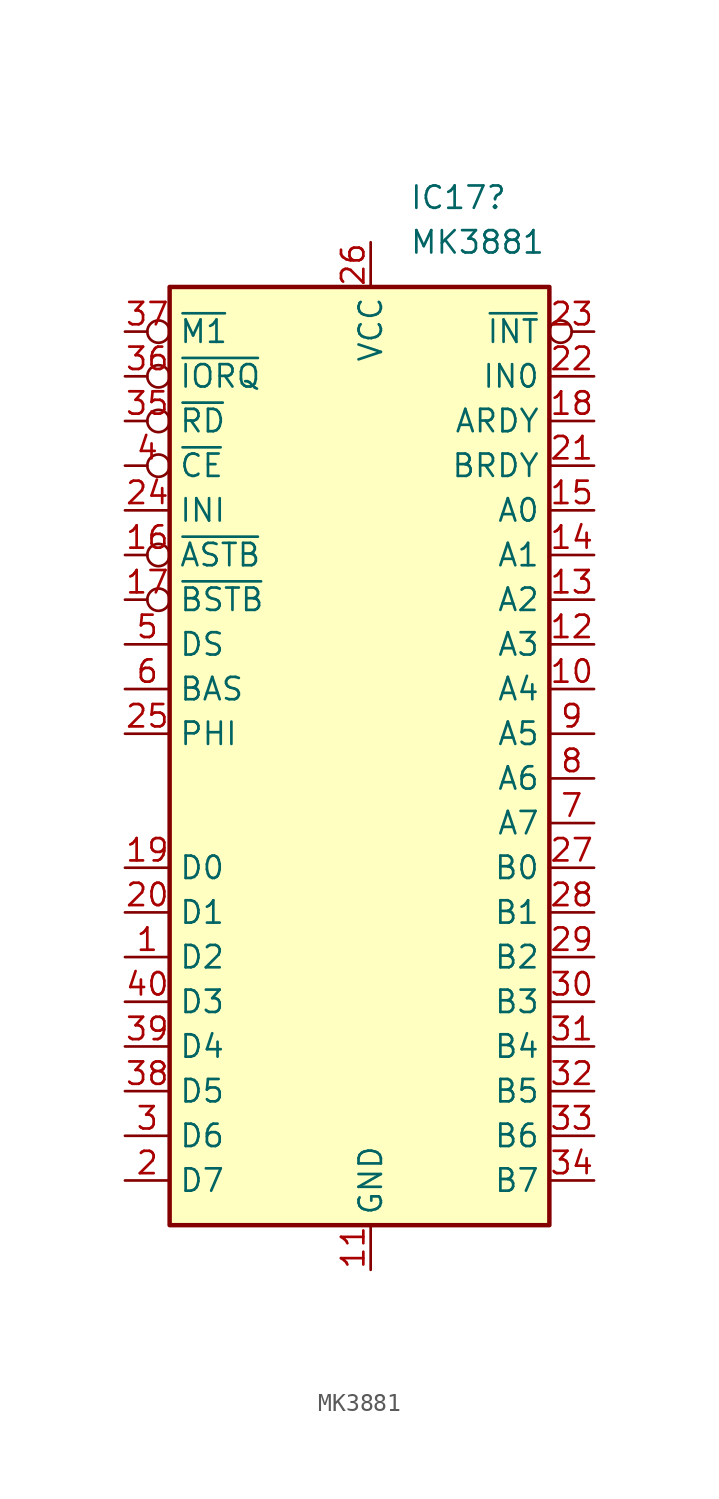
<source format=kicad_sym>
(kicad_symbol_lib
  (version 20231120)
  (generator "kicad_symbol_editor")
  (generator_version "8.0")
  (symbol "MK3881"
    (property "Reference" "IC17"
      (at 7.274 0 0)
      (effects (font (size 1.27 1.27)) (justify left)))
    (property "Value" "MK3881"
      (at 7.274 -2.54 0)
      (effects (font (size 1.27 1.27)) (justify left)))
    (symbol "MK3881_1_0"
      (pin input line (at -8.89 -43.18 0) (length 2.54) (name "D2" (effects (font (size 1.27 1.27)))) (number "1" (effects (font (size 1.27 1.27)))))
      (pin output line (at 17.78 -27.94 180) (length 2.54) (name "A4" (effects (font (size 1.27 1.27)))) (number "10" (effects (font (size 1.27 1.27)))))
      (pin power_out line (at 5.08 -60.96 90) (length 2.54) (name "GND" (effects (font (size 1.27 1.27)))) (number "11" (effects (font (size 1.27 1.27)))))
      (pin output line (at 17.78 -25.4 180) (length 2.54) (name "A3" (effects (font (size 1.27 1.27)))) (number "12" (effects (font (size 1.27 1.27)))))
      (pin output line (at 17.78 -22.86 180) (length 2.54) (name "A2" (effects (font (size 1.27 1.27)))) (number "13" (effects (font (size 1.27 1.27)))))
      (pin output line (at 17.78 -20.32 180) (length 2.54) (name "A1" (effects (font (size 1.27 1.27)))) (number "14" (effects (font (size 1.27 1.27)))))
      (pin output line (at 17.78 -17.78 180) (length 2.54) (name "A0" (effects (font (size 1.27 1.27)))) (number "15" (effects (font (size 1.27 1.27)))))
      (pin input inverted (at -8.89 -20.32 0) (length 2.54) (name "~{ASTB}" (effects (font (size 1.27 1.27)))) (number "16" (effects (font (size 1.27 1.27)))))
      (pin input inverted (at -8.89 -22.86 0) (length 2.54) (name "~{BSTB}" (effects (font (size 1.27 1.27)))) (number "17" (effects (font (size 1.27 1.27)))))
      (pin output line (at 17.78 -12.7 180) (length 2.54) (name "ARDY" (effects (font (size 1.27 1.27)))) (number "18" (effects (font (size 1.27 1.27)))))
      (pin input line (at -8.89 -38.1 0) (length 2.54) (name "D0" (effects (font (size 1.27 1.27)))) (number "19" (effects (font (size 1.27 1.27)))))
      (pin input line (at -8.89 -55.88 0) (length 2.54) (name "D7" (effects (font (size 1.27 1.27)))) (number "2" (effects (font (size 1.27 1.27)))))
      (pin input line (at -8.89 -40.64 0) (length 2.54) (name "D1" (effects (font (size 1.27 1.27)))) (number "20" (effects (font (size 1.27 1.27)))))
      (pin output line (at 17.78 -15.24 180) (length 2.54) (name "BRDY" (effects (font (size 1.27 1.27)))) (number "21" (effects (font (size 1.27 1.27)))))
      (pin output line (at 17.78 -10.16 180) (length 2.54) (name "IN0" (effects (font (size 1.27 1.27)))) (number "22" (effects (font (size 1.27 1.27)))) (alternate "IEO" output line))
      (pin output inverted (at 17.78 -7.62 180) (length 2.54) (name "~{INT}" (effects (font (size 1.27 1.27)))) (number "23" (effects (font (size 1.27 1.27)))))
      (pin input line (at -8.89 -17.78 0) (length 2.54) (name "INI" (effects (font (size 1.27 1.27)))) (number "24" (effects (font (size 1.27 1.27)))))
      (pin input line (at -8.89 -30.48 0) (length 2.54) (name "PHI" (effects (font (size 1.27 1.27)))) (number "25" (effects (font (size 1.27 1.27)))))
      (pin power_in line (at 5.08 -2.54 270) (length 2.54) (name "VCC" (effects (font (size 1.27 1.27)))) (number "26" (effects (font (size 1.27 1.27)))))
      (pin output line (at 17.78 -38.1 180) (length 2.54) (name "B0" (effects (font (size 1.27 1.27)))) (number "27" (effects (font (size 1.27 1.27)))))
      (pin output line (at 17.78 -40.64 180) (length 2.54) (name "B1" (effects (font (size 1.27 1.27)))) (number "28" (effects (font (size 1.27 1.27)))))
      (pin output line (at 17.78 -43.18 180) (length 2.54) (name "B2" (effects (font (size 1.27 1.27)))) (number "29" (effects (font (size 1.27 1.27)))))
      (pin input line (at -8.89 -53.34 0) (length 2.54) (name "D6" (effects (font (size 1.27 1.27)))) (number "3" (effects (font (size 1.27 1.27)))))
      (pin output line (at 17.78 -45.72 180) (length 2.54) (name "B3" (effects (font (size 1.27 1.27)))) (number "30" (effects (font (size 1.27 1.27)))))
      (pin output line (at 17.78 -48.26 180) (length 2.54) (name "B4" (effects (font (size 1.27 1.27)))) (number "31" (effects (font (size 1.27 1.27)))))
      (pin output line (at 17.78 -50.8 180) (length 2.54) (name "B5" (effects (font (size 1.27 1.27)))) (number "32" (effects (font (size 1.27 1.27)))))
      (pin output line (at 17.78 -53.34 180) (length 2.54) (name "B6" (effects (font (size 1.27 1.27)))) (number "33" (effects (font (size 1.27 1.27)))))
      (pin output line (at 17.78 -55.88 180) (length 2.54) (name "B7" (effects (font (size 1.27 1.27)))) (number "34" (effects (font (size 1.27 1.27)))))
      (pin input inverted (at -8.89 -12.7 0) (length 2.54) (name "~{RD}" (effects (font (size 1.27 1.27)))) (number "35" (effects (font (size 1.27 1.27)))))
      (pin input inverted (at -8.89 -10.16 0) (length 2.54) (name "~{IORQ}" (effects (font (size 1.27 1.27)))) (number "36" (effects (font (size 1.27 1.27)))))
      (pin input inverted (at -8.89 -7.62 0) (length 2.54) (name "~{M1}" (effects (font (size 1.27 1.27)))) (number "37" (effects (font (size 1.27 1.27)))))
      (pin input line (at -8.89 -50.8 0) (length 2.54) (name "D5" (effects (font (size 1.27 1.27)))) (number "38" (effects (font (size 1.27 1.27)))))
      (pin input line (at -8.89 -48.26 0) (length 2.54) (name "D4" (effects (font (size 1.27 1.27)))) (number "39" (effects (font (size 1.27 1.27)))))
      (pin input inverted (at -8.89 -15.24 0) (length 2.54) (name "~{CE}" (effects (font (size 1.27 1.27)))) (number "4" (effects (font (size 1.27 1.27)))))
      (pin input line (at -8.89 -45.72 0) (length 2.54) (name "D3" (effects (font (size 1.27 1.27)))) (number "40" (effects (font (size 1.27 1.27)))))
      (pin input line (at -8.89 -25.4 0) (length 2.54) (name "DS" (effects (font (size 1.27 1.27)))) (number "5" (effects (font (size 1.27 1.27)))))
      (pin input line (at -8.89 -27.94 0) (length 2.54) (name "BAS" (effects (font (size 1.27 1.27)))) (number "6" (effects (font (size 1.27 1.27)))))
      (pin output line (at 17.78 -35.56 180) (length 2.54) (name "A7" (effects (font (size 1.27 1.27)))) (number "7" (effects (font (size 1.27 1.27)))))
      (pin output line (at 17.78 -33.02 180) (length 2.54) (name "A6" (effects (font (size 1.27 1.27)))) (number "8" (effects (font (size 1.27 1.27)))))
      (pin output line (at 17.78 -30.48 180) (length 2.54) (name "A5" (effects (font (size 1.27 1.27)))) (number "9" (effects (font (size 1.27 1.27))))))
    (symbol "MK3881_1_1"
      (rectangle (start -6.35 -5.08) (end 15.24 -58.42) (stroke (width 0.254) (type default)) (fill (type background))))))
</source>
